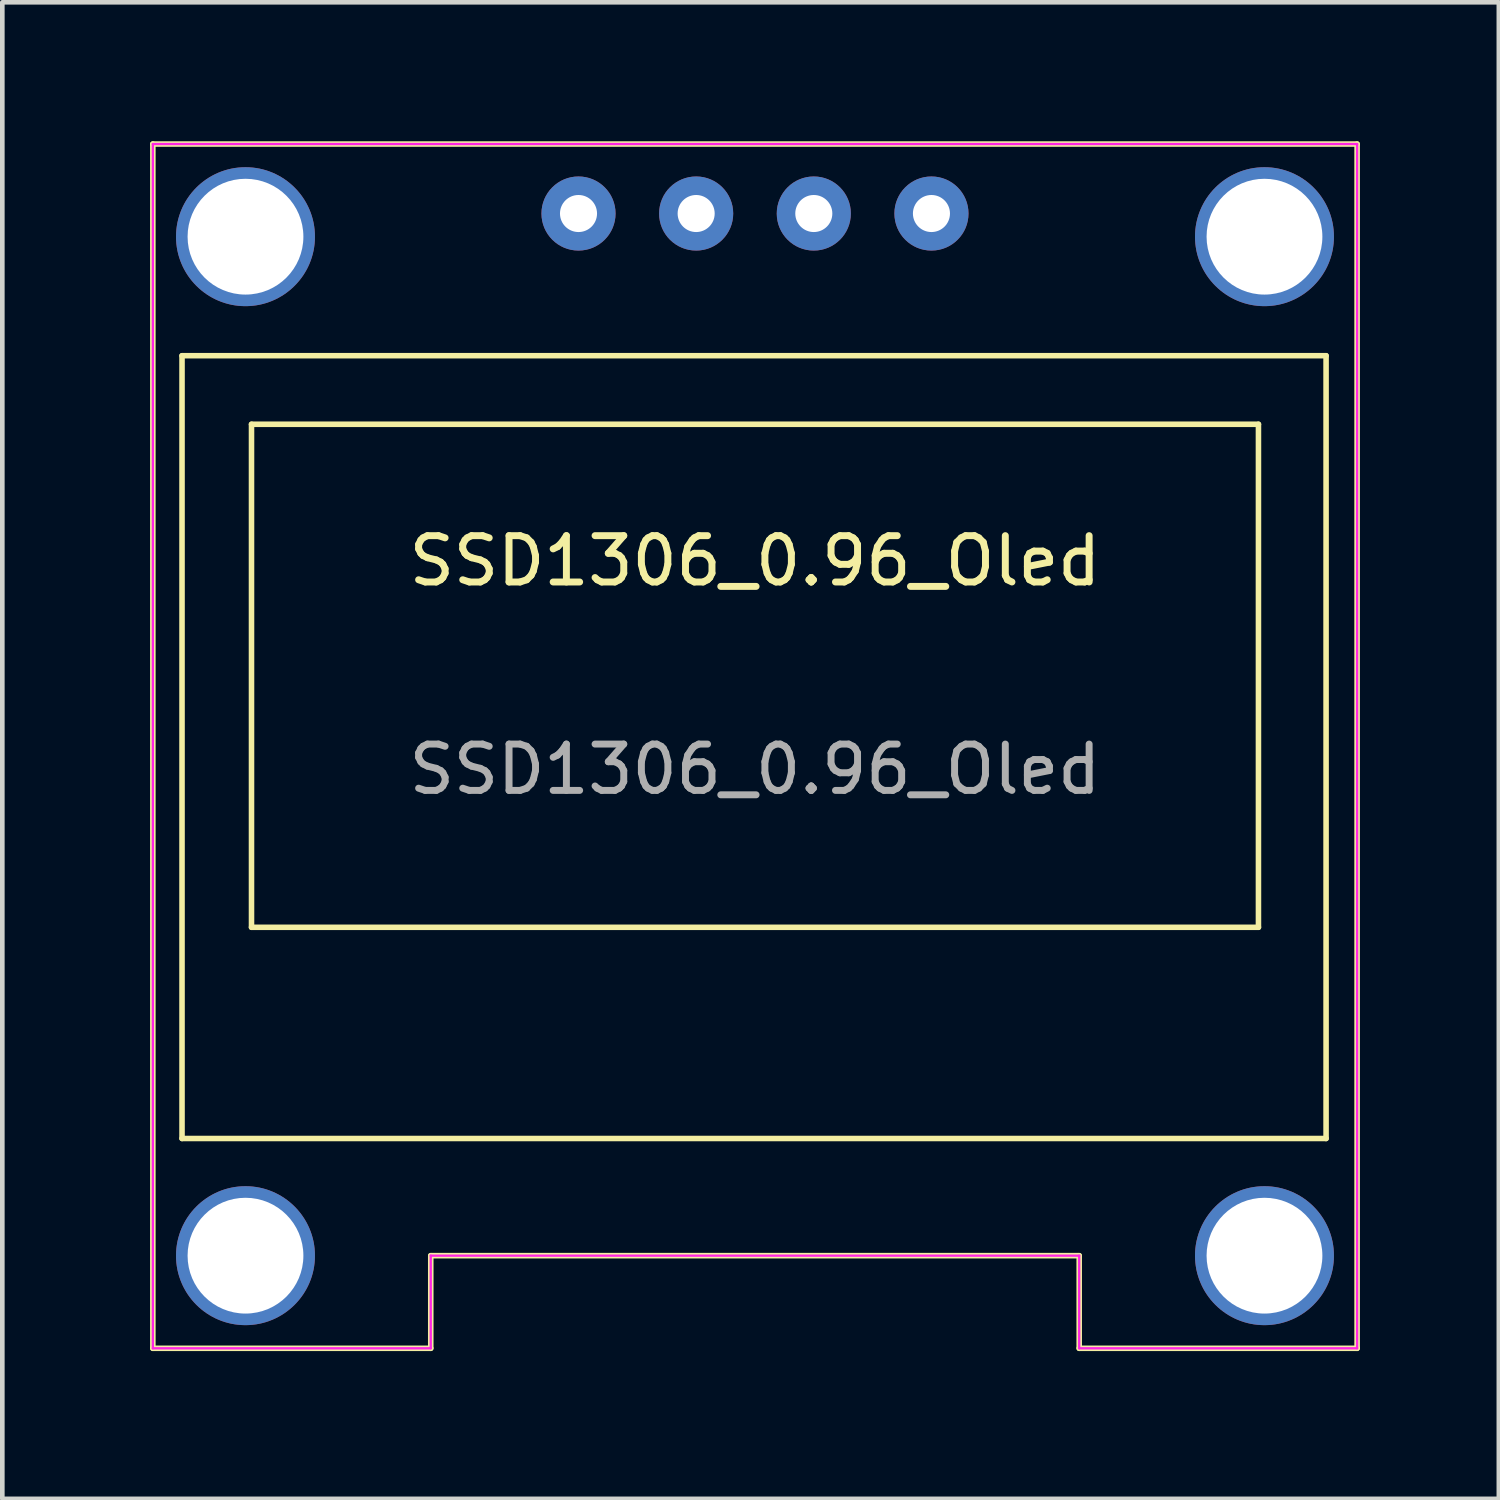
<source format=kicad_pcb>
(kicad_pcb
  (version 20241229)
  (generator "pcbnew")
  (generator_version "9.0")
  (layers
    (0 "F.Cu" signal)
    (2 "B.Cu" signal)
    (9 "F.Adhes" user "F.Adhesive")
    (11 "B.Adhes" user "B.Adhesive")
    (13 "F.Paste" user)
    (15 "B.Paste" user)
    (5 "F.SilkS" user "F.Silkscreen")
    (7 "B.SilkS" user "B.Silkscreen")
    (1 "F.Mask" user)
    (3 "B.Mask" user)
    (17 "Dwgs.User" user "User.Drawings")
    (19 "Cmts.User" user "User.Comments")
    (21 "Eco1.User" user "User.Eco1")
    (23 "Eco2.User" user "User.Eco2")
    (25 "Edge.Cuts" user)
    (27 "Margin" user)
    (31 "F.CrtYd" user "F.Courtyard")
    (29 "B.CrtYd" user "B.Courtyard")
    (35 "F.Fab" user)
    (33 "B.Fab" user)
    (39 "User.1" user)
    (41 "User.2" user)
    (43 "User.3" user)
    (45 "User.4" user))
  (footprint "SSD1306_0.96_Oled"
    (layer "F.Cu")
    (at 0.25 26.06)
    (property "Reference" "SSD1306_0.96_Oled" (at 13 -17 0) (unlocked yes) (layer "F.SilkS") (effects (font (size 1 1) (thickness 0.15))))
    (attr through_hole)
    (fp_line (start 0 -26) (end 0 0) (stroke (width 0.12) (type solid)) (layer "F.SilkS"))
    (fp_line (start 0 0) (end 6 0) (stroke (width 0.12) (type solid)) (layer "F.SilkS"))
    (fp_line (start 0.63 -21.43) (end 0.63 -4.53) (stroke (width 0.12) (type solid)) (layer "F.SilkS"))
    (fp_line (start 0.63 -4.53) (end 25.33 -4.53) (stroke (width 0.12) (type solid)) (layer "F.SilkS"))
    (fp_line (start 2.13 -19.95) (end 2.13 -9.09) (stroke (width 0.12) (type solid)) (layer "F.SilkS"))
    (fp_line (start 2.13 -9.09) (end 23.87 -9.09) (stroke (width 0.12) (type solid)) (layer "F.SilkS"))
    (fp_line (start 6 -2) (end 20 -2) (stroke (width 0.12) (type solid)) (layer "F.SilkS"))
    (fp_line (start 6 0) (end 6 -2) (stroke (width 0.12) (type solid)) (layer "F.SilkS"))
    (fp_line (start 20 -2) (end 20 0) (stroke (width 0.12) (type solid)) (layer "F.SilkS"))
    (fp_line (start 20 0) (end 26 0) (stroke (width 0.12) (type solid)) (layer "F.SilkS"))
    (fp_line (start 23.87 -19.95) (end 2.13 -19.95) (stroke (width 0.12) (type solid)) (layer "F.SilkS"))
    (fp_line (start 23.87 -9.09) (end 23.87 -19.95) (stroke (width 0.12) (type solid)) (layer "F.SilkS"))
    (fp_line (start 25.33 -21.43) (end 0.63 -21.43) (stroke (width 0.12) (type solid)) (layer "F.SilkS"))
    (fp_line (start 25.33 -4.53) (end 25.33 -21.43) (stroke (width 0.12) (type solid)) (layer "F.SilkS"))
    (fp_line (start 26 -26) (end 0 -26) (stroke (width 0.12) (type solid)) (layer "F.SilkS"))
    (fp_line (start 26 0) (end 26 -26) (stroke (width 0.12) (type solid)) (layer "F.SilkS"))
    (fp_line (start 0 -26) (end 0 0) (stroke (width 0.05) (type solid)) (layer "F.CrtYd"))
    (fp_line (start 0 0) (end 6 0) (stroke (width 0.05) (type solid)) (layer "F.CrtYd"))
    (fp_line (start 6 -2) (end 20 -2) (stroke (width 0.05) (type solid)) (layer "F.CrtYd"))
    (fp_line (start 6 0) (end 6 -2) (stroke (width 0.05) (type solid)) (layer "F.CrtYd"))
    (fp_line (start 20 -2) (end 20 0) (stroke (width 0.05) (type solid)) (layer "F.CrtYd"))
    (fp_line (start 20 0) (end 26 0) (stroke (width 0.05) (type solid)) (layer "F.CrtYd"))
    (fp_line (start 26 -26) (end 0 -26) (stroke (width 0.05) (type solid)) (layer "F.CrtYd"))
    (fp_line (start 26 0) (end 26 -26) (stroke (width 0.05) (type solid)) (layer "F.CrtYd"))
    (fp_text user "${REFERENCE}" (at 13 -12.5 0) (unlocked yes) (layer "F.Fab") (effects (font (size 1 1) (thickness 0.15))))
    (pad "" thru_hole circle (at 2 -24) (size 3 3) (drill 2.5) (layers "*.Cu" "*.Mask"))
    (pad "" thru_hole circle (at 2 -2) (size 3 3) (drill 2.5) (layers "*.Cu" "*.Mask"))
    (pad "" thru_hole circle (at 24 -24) (size 3 3) (drill 2.5) (layers "*.Cu" "*.Mask"))
    (pad "" thru_hole circle (at 24 -2) (size 3 3) (drill 2.5) (layers "*.Cu" "*.Mask"))
    (pad "1" thru_hole circle (at 9.19 -24.5) (size 1.6 1.6) (drill 0.8) (layers "*.Cu" "*.Mask"))
    (pad "2" thru_hole circle (at 11.73 -24.5) (size 1.6 1.6) (drill 0.8) (layers "*.Cu" "*.Mask"))
    (pad "3" thru_hole circle (at 14.27 -24.5) (size 1.6 1.6) (drill 0.8) (layers "*.Cu" "*.Mask"))
    (pad "4" thru_hole circle (at 16.81 -24.5) (size 1.6 1.6) (drill 0.8) (layers "*.Cu" "*.Mask")))
  (gr_rect
    (start -3 -3)
    (end 29.31 29.31)
    (stroke (width 0.1) (type default))
    (fill no)
    (layer "Edge.Cuts")))
</source>
